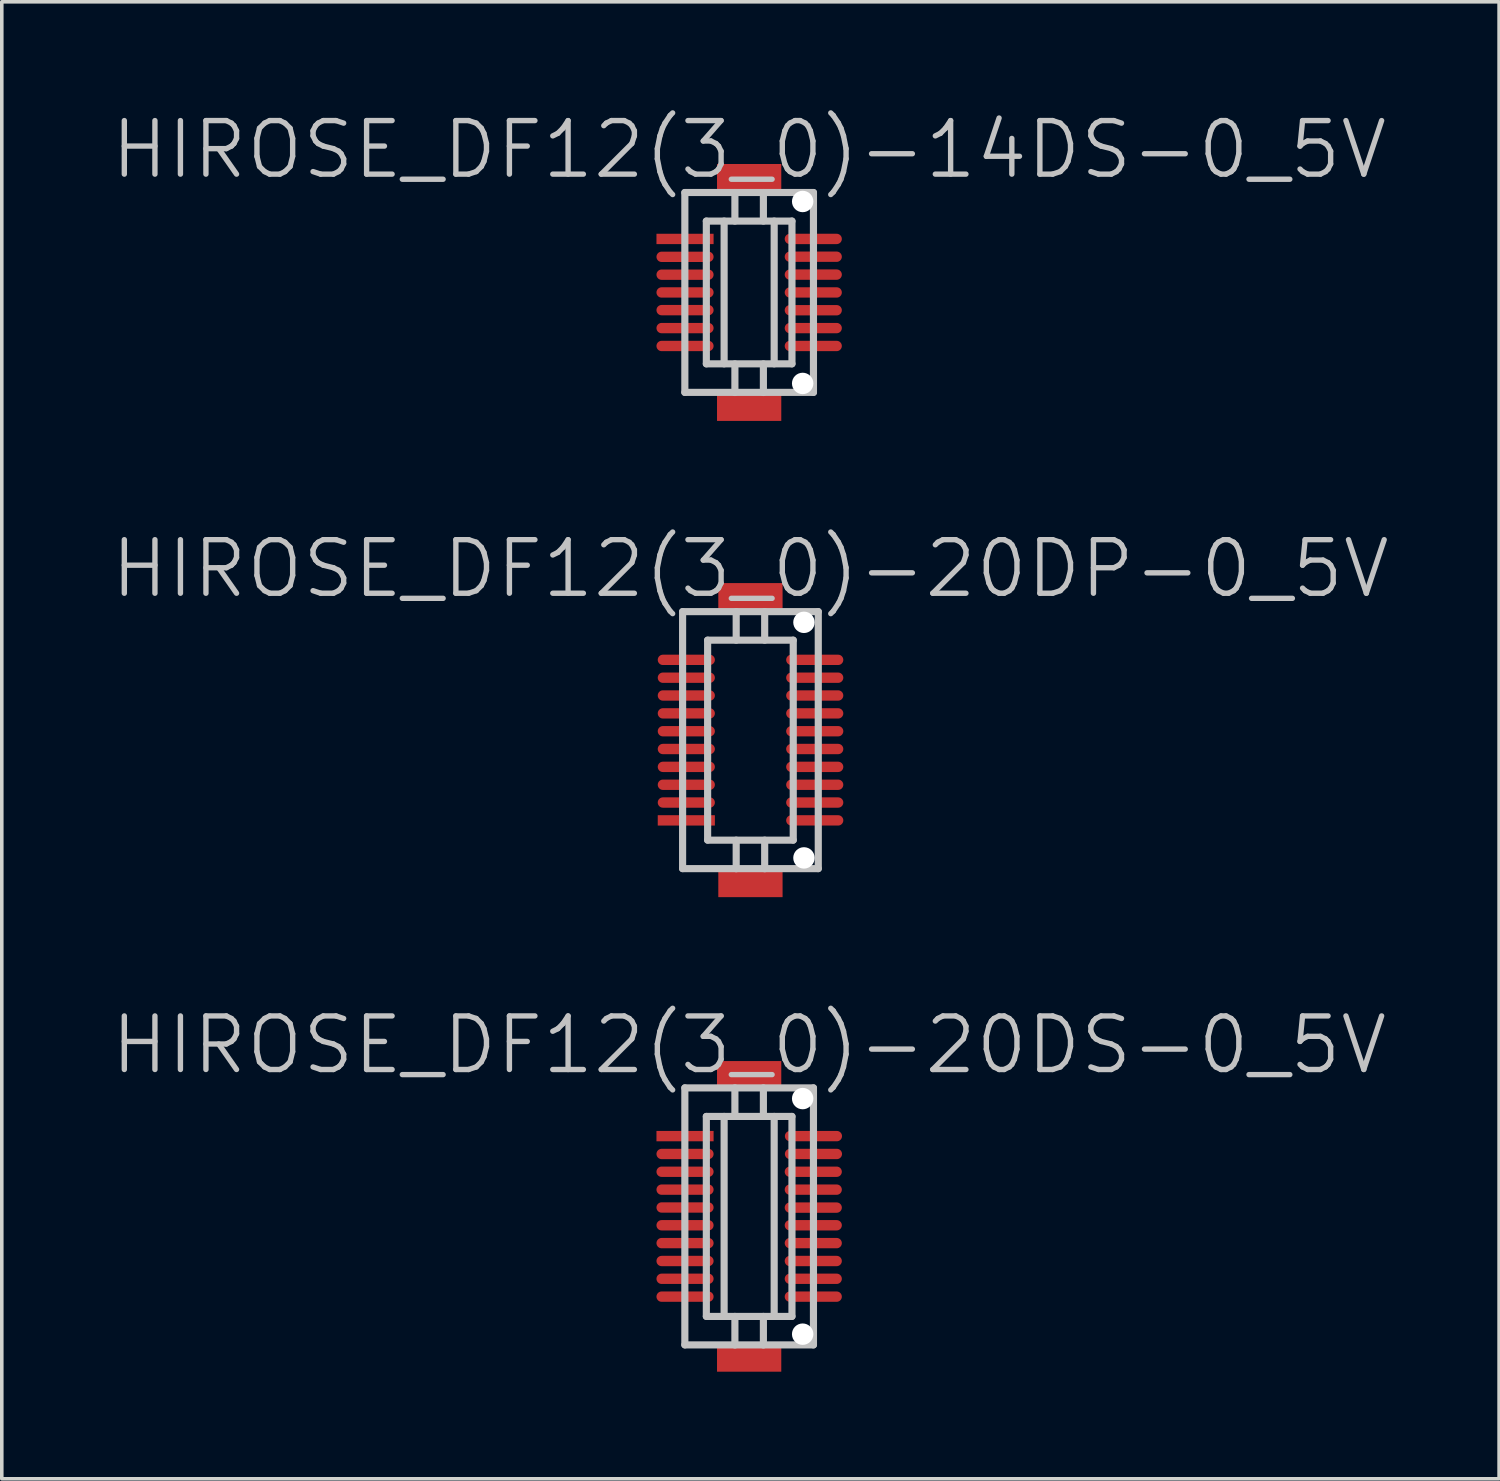
<source format=kicad_pcb>
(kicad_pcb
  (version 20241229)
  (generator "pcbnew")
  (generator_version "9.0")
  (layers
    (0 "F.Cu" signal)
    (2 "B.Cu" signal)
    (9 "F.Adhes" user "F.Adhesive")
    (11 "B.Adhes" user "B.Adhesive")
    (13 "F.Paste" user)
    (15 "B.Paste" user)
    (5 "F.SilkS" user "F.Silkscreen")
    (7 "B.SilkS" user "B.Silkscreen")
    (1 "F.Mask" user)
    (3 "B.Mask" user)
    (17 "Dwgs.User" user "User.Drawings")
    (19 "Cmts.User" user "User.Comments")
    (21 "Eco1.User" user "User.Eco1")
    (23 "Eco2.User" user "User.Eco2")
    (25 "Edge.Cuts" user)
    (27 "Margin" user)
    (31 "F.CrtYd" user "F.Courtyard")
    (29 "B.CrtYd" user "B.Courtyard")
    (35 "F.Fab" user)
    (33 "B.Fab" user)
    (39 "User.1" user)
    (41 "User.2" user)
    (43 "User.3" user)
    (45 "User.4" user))
  (footprint "HIROSE_DF12(3_0)-20DS-0_5V"
    (layer "F.Cu")
    (at 17.932 31.018)
    (property "Reference" "HIROSE_DF12(3_0)-20DS-0_5V" (at 0 -4.8 180) (layer "Dwgs.User") (effects (font (size 1.5 1.5) (thickness 0.15))))
    (attr smd)
    (fp_line (start -1.801 -3.599) (end -1.801 3.599) (stroke (width 0.2) (type solid)) (layer "Dwgs.User"))
    (fp_line (start -1.801 -3.599) (end 1.801 -3.599) (stroke (width 0.2) (type solid)) (layer "Dwgs.User"))
    (fp_line (start -1.199 -2.799) (end 1.199 -2.799) (stroke (width 0.2) (type solid)) (layer "Dwgs.User"))
    (fp_line (start -1.199 2.799) (end -1.199 -2.799) (stroke (width 0.2) (type solid)) (layer "Dwgs.User"))
    (fp_line (start -0.701 -2.799) (end -0.701 2.799) (stroke (width 0.2) (type solid)) (layer "Dwgs.User"))
    (fp_line (start -0.399 -2.799) (end -0.399 -3.599) (stroke (width 0.2) (type solid)) (layer "Dwgs.User"))
    (fp_line (start -0.399 3.602) (end -0.399 2.802) (stroke (width 0.2) (type solid)) (layer "Dwgs.User"))
    (fp_line (start 0.399 -2.799) (end 0.399 -3.599) (stroke (width 0.2) (type solid)) (layer "Dwgs.User"))
    (fp_line (start 0.399 2.802) (end 0.399 3.602) (stroke (width 0.2) (type solid)) (layer "Dwgs.User"))
    (fp_line (start 0.701 2.799) (end 0.701 -2.799) (stroke (width 0.2) (type solid)) (layer "Dwgs.User"))
    (fp_line (start 1.199 -2.799) (end 1.199 2.799) (stroke (width 0.2) (type solid)) (layer "Dwgs.User"))
    (fp_line (start 1.199 2.802) (end -1.199 2.802) (stroke (width 0.2) (type solid)) (layer "Dwgs.User"))
    (fp_line (start 1.801 3.599) (end -1.801 3.599) (stroke (width 0.2) (type solid)) (layer "Dwgs.User"))
    (fp_line (start 1.801 3.599) (end 1.801 -3.599) (stroke (width 0.2) (type solid)) (layer "Dwgs.User"))
    (pad "" smd rect (at 0 -3.95 270) (size 0.8 1.8) (layers "F.Cu" "F.Mask" "F.Paste"))
    (pad "" smd rect (at 0 3.95 270) (size 0.8 1.8) (layers "F.Cu" "F.Mask" "F.Paste"))
    (pad "" np_thru_hole circle (at 1.499 -3.299 270) (size 0.6 0.6) (drill 0.6) (layers "*.Cu" "*.Mask"))
    (pad "" np_thru_hole circle (at 1.499 3.299 270) (size 0.6 0.6) (drill 0.6) (layers "*.Cu" "*.Mask"))
    (pad "1" smd rect (at -1.796 -2.248 270) (size 0.29 1.6) (layers "F.Cu" "F.Mask" "F.Paste"))
    (pad "2" smd oval (at -1.796 -1.748 270) (size 0.29 1.6) (layers "F.Cu" "F.Mask" "F.Paste"))
    (pad "3" smd oval (at -1.796 -1.25 270) (size 0.29 1.6) (layers "F.Cu" "F.Mask" "F.Paste"))
    (pad "4" smd oval (at -1.796 -0.749 270) (size 0.29 1.6) (layers "F.Cu" "F.Mask" "F.Paste"))
    (pad "5" smd oval (at -1.796 -0.249 270) (size 0.29 1.6) (layers "F.Cu" "F.Mask" "F.Paste"))
    (pad "6" smd oval (at -1.796 0.249 270) (size 0.29 1.6) (layers "F.Cu" "F.Mask" "F.Paste"))
    (pad "7" smd oval (at -1.796 0.749 270) (size 0.29 1.6) (layers "F.Cu" "F.Mask" "F.Paste"))
    (pad "8" smd oval (at -1.796 1.25 270) (size 0.29 1.6) (layers "F.Cu" "F.Mask" "F.Paste"))
    (pad "9" smd oval (at -1.796 1.748 270) (size 0.29 1.6) (layers "F.Cu" "F.Mask" "F.Paste"))
    (pad "10" smd oval (at -1.796 2.248 270) (size 0.29 1.6) (layers "F.Cu" "F.Mask" "F.Paste"))
    (pad "11" smd oval (at 1.796 2.248 270) (size 0.29 1.6) (layers "F.Cu" "F.Mask" "F.Paste"))
    (pad "12" smd oval (at 1.796 1.748 270) (size 0.29 1.6) (layers "F.Cu" "F.Mask" "F.Paste"))
    (pad "13" smd oval (at 1.796 1.25 270) (size 0.29 1.6) (layers "F.Cu" "F.Mask" "F.Paste"))
    (pad "14" smd oval (at 1.796 0.749 270) (size 0.29 1.6) (layers "F.Cu" "F.Mask" "F.Paste"))
    (pad "15" smd oval (at 1.796 0.249 270) (size 0.29 1.6) (layers "F.Cu" "F.Mask" "F.Paste"))
    (pad "16" smd oval (at 1.796 -0.246 270) (size 0.29 1.6) (layers "F.Cu" "F.Mask" "F.Paste"))
    (pad "17" smd oval (at 1.796 -0.749 270) (size 0.29 1.6) (layers "F.Cu" "F.Mask" "F.Paste"))
    (pad "18" smd oval (at 1.796 -1.25 270) (size 0.29 1.6) (layers "F.Cu" "F.Mask" "F.Paste"))
    (pad "19" smd oval (at 1.801 -1.748 270) (size 0.29 1.6) (layers "F.Cu" "F.Mask" "F.Paste"))
    (pad "20" smd oval (at 1.801 -2.248 270) (size 0.29 1.6) (layers "F.Cu" "F.Mask" "F.Paste")))
  (footprint "HIROSE_DF12(3_0)-20DP-0_5V"
    (layer "F.Cu")
    (at 17.968 17.679)
    (property "Reference" "HIROSE_DF12(3_0)-20DP-0_5V" (at 0 -4.8 180) (layer "Dwgs.User") (effects (font (size 1.5 1.5) (thickness 0.15))))
    (attr smd)
    (fp_line (start -1.9 3.599) (end -1.9 -3.599) (stroke (width 0.2) (type solid)) (layer "Dwgs.User"))
    (fp_line (start -1.9 3.599) (end 1.9 3.599) (stroke (width 0.2) (type solid)) (layer "Dwgs.User"))
    (fp_line (start -1.199 -2.799) (end -1.199 2.799) (stroke (width 0.2) (type solid)) (layer "Dwgs.User"))
    (fp_line (start -1.199 -2.799) (end 1.199 -2.799) (stroke (width 0.2) (type solid)) (layer "Dwgs.User"))
    (fp_line (start -0.399 -2.799) (end -0.399 -3.599) (stroke (width 0.2) (type solid)) (layer "Dwgs.User"))
    (fp_line (start -0.399 3.602) (end -0.399 2.802) (stroke (width 0.2) (type solid)) (layer "Dwgs.User"))
    (fp_line (start 0.399 -2.799) (end 0.399 -3.599) (stroke (width 0.2) (type solid)) (layer "Dwgs.User"))
    (fp_line (start 0.399 2.802) (end 0.399 3.602) (stroke (width 0.2) (type solid)) (layer "Dwgs.User"))
    (fp_line (start 1.199 2.799) (end 1.199 -2.799) (stroke (width 0.2) (type solid)) (layer "Dwgs.User"))
    (fp_line (start 1.199 2.802) (end -1.199 2.802) (stroke (width 0.2) (type solid)) (layer "Dwgs.User"))
    (fp_line (start 1.9 -3.599) (end -1.9 -3.599) (stroke (width 0.2) (type solid)) (layer "Dwgs.User"))
    (fp_line (start 1.9 -3.599) (end 1.9 3.599) (stroke (width 0.2) (type solid)) (layer "Dwgs.User"))
    (pad "" smd rect (at 0 -3.998 270) (size 0.8 1.8) (layers "F.Cu" "F.Mask" "F.Paste"))
    (pad "" smd rect (at 0 3.998 270) (size 0.8 1.8) (layers "F.Cu" "F.Mask" "F.Paste"))
    (pad "" np_thru_hole circle (at 1.499 -3.299 270) (size 0.6 0.6) (drill 0.6) (layers "*.Cu" "*.Mask"))
    (pad "" np_thru_hole circle (at 1.499 3.299 270) (size 0.6 0.6) (drill 0.6) (layers "*.Cu" "*.Mask"))
    (pad "1" smd rect (at -1.796 2.248 270) (size 0.29 1.6) (layers "F.Cu" "F.Mask" "F.Paste"))
    (pad "2" smd oval (at -1.796 1.748 270) (size 0.29 1.6) (layers "F.Cu" "F.Mask" "F.Paste"))
    (pad "3" smd oval (at -1.796 1.25 270) (size 0.29 1.6) (layers "F.Cu" "F.Mask" "F.Paste"))
    (pad "4" smd oval (at -1.796 0.749 270) (size 0.29 1.6) (layers "F.Cu" "F.Mask" "F.Paste"))
    (pad "5" smd oval (at -1.796 0.249 270) (size 0.29 1.6) (layers "F.Cu" "F.Mask" "F.Paste"))
    (pad "6" smd oval (at -1.796 -0.249 270) (size 0.29 1.6) (layers "F.Cu" "F.Mask" "F.Paste"))
    (pad "7" smd oval (at -1.796 -0.749 270) (size 0.29 1.6) (layers "F.Cu" "F.Mask" "F.Paste"))
    (pad "8" smd oval (at -1.796 -1.25 270) (size 0.29 1.6) (layers "F.Cu" "F.Mask" "F.Paste"))
    (pad "9" smd oval (at -1.796 -1.748 270) (size 0.29 1.6) (layers "F.Cu" "F.Mask" "F.Paste"))
    (pad "10" smd oval (at -1.796 -2.248 270) (size 0.29 1.6) (layers "F.Cu" "F.Mask" "F.Paste"))
    (pad "11" smd oval (at 1.801 -2.248 270) (size 0.29 1.6) (layers "F.Cu" "F.Mask" "F.Paste"))
    (pad "12" smd oval (at 1.801 -1.748 270) (size 0.29 1.6) (layers "F.Cu" "F.Mask" "F.Paste"))
    (pad "13" smd oval (at 1.801 -1.25 270) (size 0.29 1.6) (layers "F.Cu" "F.Mask" "F.Paste"))
    (pad "14" smd oval (at 1.801 -0.749 270) (size 0.29 1.6) (layers "F.Cu" "F.Mask" "F.Paste"))
    (pad "15" smd oval (at 1.801 -0.249 270) (size 0.29 1.6) (layers "F.Cu" "F.Mask" "F.Paste"))
    (pad "16" smd oval (at 1.801 0.249 270) (size 0.29 1.6) (layers "F.Cu" "F.Mask" "F.Paste"))
    (pad "17" smd oval (at 1.801 0.749 270) (size 0.29 1.6) (layers "F.Cu" "F.Mask" "F.Paste"))
    (pad "18" smd oval (at 1.801 1.25 270) (size 0.29 1.6) (layers "F.Cu" "F.Mask" "F.Paste"))
    (pad "19" smd oval (at 1.801 1.748 270) (size 0.29 1.6) (layers "F.Cu" "F.Mask" "F.Paste"))
    (pad "20" smd oval (at 1.801 2.248 270) (size 0.29 1.6) (layers "F.Cu" "F.Mask" "F.Paste")))
  (footprint "HIROSE_DF12(3_0)-14DS-0_5V"
    (layer "F.Cu")
    (at 17.932 5.141)
    (property "Reference" "HIROSE_DF12(3_0)-14DS-0_5V" (at 0 -4 180) (layer "Dwgs.User") (effects (font (size 1.5 1.5) (thickness 0.15))))
    (attr smd)
    (fp_line (start -1.801 -2.799) (end 1.801 -2.799) (stroke (width 0.2) (type solid)) (layer "Dwgs.User"))
    (fp_line (start -1.801 2.799) (end -1.801 -2.799) (stroke (width 0.2) (type solid)) (layer "Dwgs.User"))
    (fp_line (start -1.199 -1.999) (end -1.199 1.999) (stroke (width 0.2) (type solid)) (layer "Dwgs.User"))
    (fp_line (start -1.199 -1.999) (end 1.199 -1.999) (stroke (width 0.2) (type solid)) (layer "Dwgs.User"))
    (fp_line (start -0.701 1.999) (end -0.701 -1.999) (stroke (width 0.2) (type solid)) (layer "Dwgs.User"))
    (fp_line (start -0.399 -1.999) (end -0.399 -2.799) (stroke (width 0.2) (type solid)) (layer "Dwgs.User"))
    (fp_line (start -0.399 2.802) (end -0.399 2.002) (stroke (width 0.2) (type solid)) (layer "Dwgs.User"))
    (fp_line (start 0.399 -1.999) (end 0.399 -2.799) (stroke (width 0.2) (type solid)) (layer "Dwgs.User"))
    (fp_line (start 0.399 2.002) (end 0.399 2.802) (stroke (width 0.2) (type solid)) (layer "Dwgs.User"))
    (fp_line (start 0.701 -1.999) (end 0.701 1.999) (stroke (width 0.2) (type solid)) (layer "Dwgs.User"))
    (fp_line (start 1.199 1.999) (end -1.199 1.999) (stroke (width 0.2) (type solid)) (layer "Dwgs.User"))
    (fp_line (start 1.199 1.999) (end 1.199 -1.999) (stroke (width 0.2) (type solid)) (layer "Dwgs.User"))
    (fp_line (start 1.801 -2.799) (end 1.801 2.799) (stroke (width 0.2) (type solid)) (layer "Dwgs.User"))
    (fp_line (start 1.801 2.799) (end -1.801 2.799) (stroke (width 0.2) (type solid)) (layer "Dwgs.User"))
    (pad "" smd rect (at 0 -3.198 270) (size 0.8 1.8) (layers "F.Cu" "F.Mask" "F.Paste"))
    (pad "" smd rect (at 0 3.198 270) (size 0.8 1.8) (layers "F.Cu" "F.Mask" "F.Paste"))
    (pad "" np_thru_hole circle (at 1.499 -2.548 270) (size 0.6 0.6) (drill 0.6) (layers "*.Cu" "*.Mask"))
    (pad "" np_thru_hole circle (at 1.499 2.548 270) (size 0.6 0.6) (drill 0.6) (layers "*.Cu" "*.Mask"))
    (pad "1" smd rect (at -1.796 -1.499 270) (size 0.29 1.6) (layers "F.Cu" "F.Mask" "F.Paste"))
    (pad "2" smd oval (at -1.796 -0.998 270) (size 0.29 1.6) (layers "F.Cu" "F.Mask" "F.Paste"))
    (pad "3" smd oval (at -1.796 -0.498 270) (size 0.29 1.6) (layers "F.Cu" "F.Mask" "F.Paste"))
    (pad "4" smd oval (at -1.796 0 270) (size 0.29 1.6) (layers "F.Cu" "F.Mask" "F.Paste"))
    (pad "5" smd oval (at -1.796 0.495 270) (size 0.29 1.6) (layers "F.Cu" "F.Mask" "F.Paste"))
    (pad "6" smd oval (at -1.796 0.998 270) (size 0.29 1.6) (layers "F.Cu" "F.Mask" "F.Paste"))
    (pad "7" smd oval (at -1.796 1.499 270) (size 0.29 1.6) (layers "F.Cu" "F.Mask" "F.Paste"))
    (pad "8" smd oval (at 1.796 1.499 270) (size 0.29 1.6) (layers "F.Cu" "F.Mask" "F.Paste"))
    (pad "9" smd oval (at 1.796 0.998 270) (size 0.29 1.6) (layers "F.Cu" "F.Mask" "F.Paste"))
    (pad "10" smd oval (at 1.796 0.498 270) (size 0.29 1.6) (layers "F.Cu" "F.Mask" "F.Paste"))
    (pad "11" smd oval (at 1.796 0 270) (size 0.29 1.6) (layers "F.Cu" "F.Mask" "F.Paste"))
    (pad "12" smd oval (at 1.796 -0.5 270) (size 0.29 1.6) (layers "F.Cu" "F.Mask" "F.Paste"))
    (pad "13" smd oval (at 1.796 -1.001 270) (size 0.29 1.6) (layers "F.Cu" "F.Mask" "F.Paste"))
    (pad "14" smd oval (at 1.796 -1.499 270) (size 0.29 1.6) (layers "F.Cu" "F.Mask" "F.Paste")))
  (gr_rect
    (start -3 -3)
    (end 38.936 38.368)
    (stroke (width 0.1) (type default))
    (fill no)
    (layer "Edge.Cuts")))
</source>
